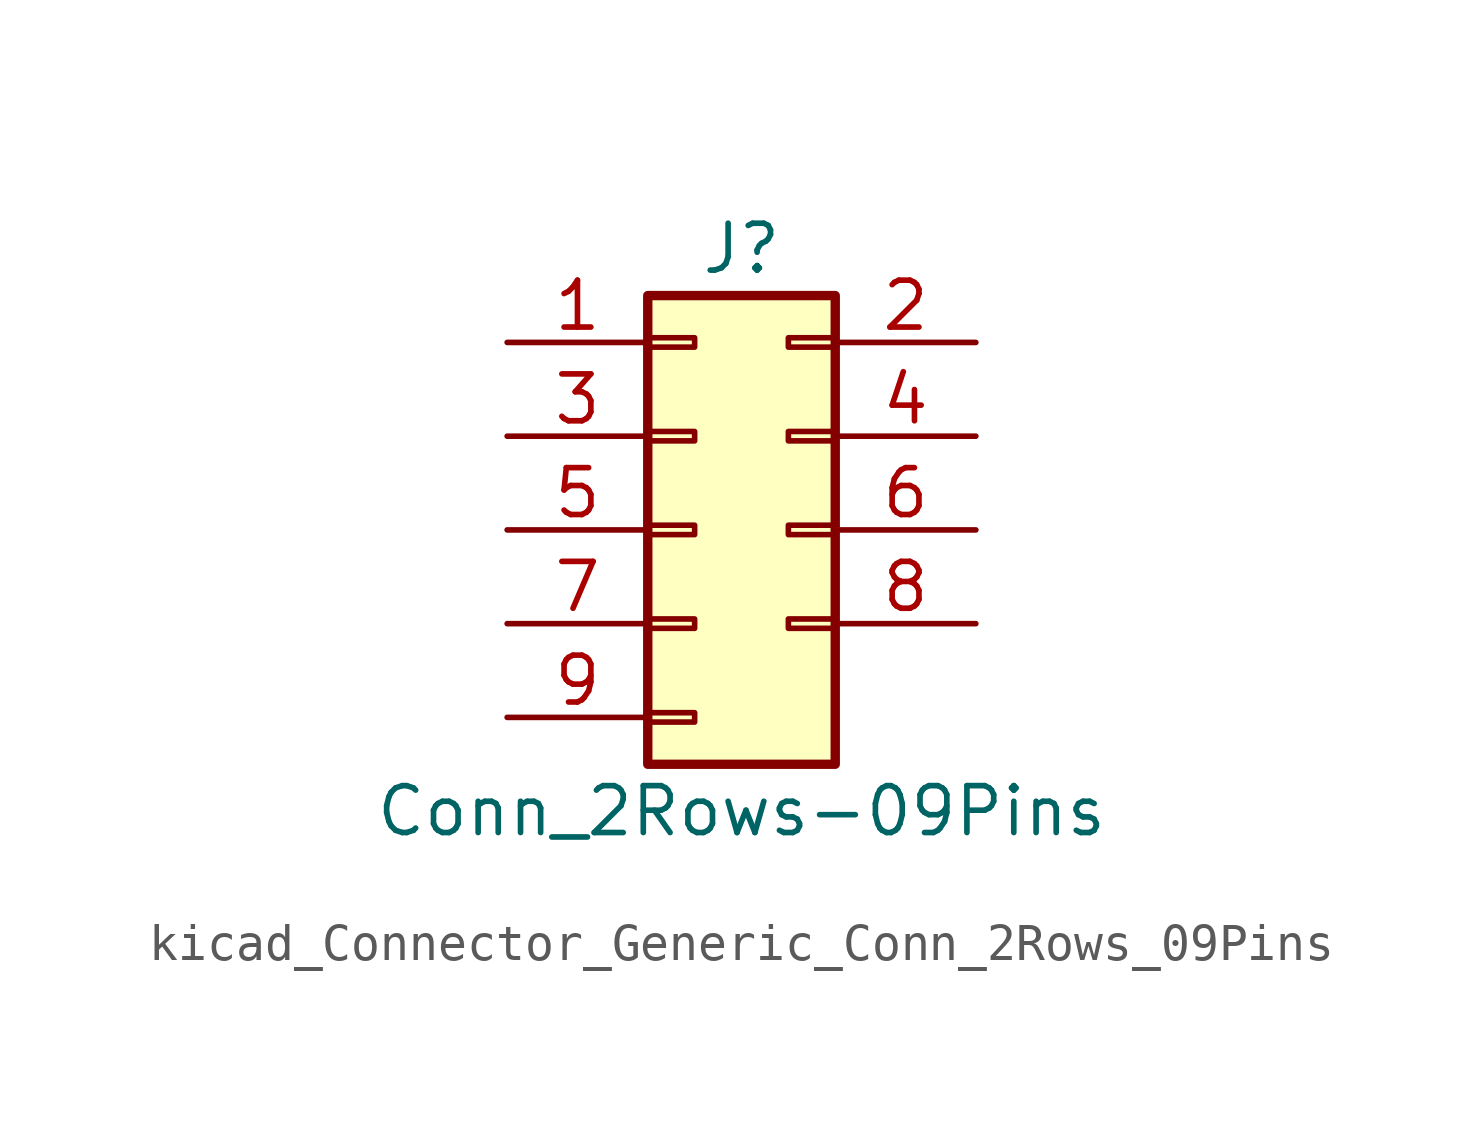
<source format=kicad_sym>
(kicad_symbol_lib
  (version 20220914)
  (generator kicad_symbol_editor)
  (symbol "kicad_Connector_Generic_Conn_2Rows_09Pins"
    (pin_names
      (offset 1.016) hide)
    (property "Reference" "J"
      (at 1.27 7.62 0)
      (effects (font (size 1.27 1.27))))
    (property "Value" "Conn_2Rows-09Pins"
      (at 1.27 -7.62 0)
      (effects (font (size 1.27 1.27))))
    (symbol "kicad_Connector_Generic_Conn_2Rows_09Pins_1_1"
      (rectangle (start -1.27 -4.953) (end 0 -5.207) (stroke (width 0.152) (type default)) (fill (type none)))
      (rectangle (start -1.27 -2.413) (end 0 -2.667) (stroke (width 0.152) (type default)) (fill (type none)))
      (rectangle (start -1.27 0.127) (end 0 -0.127) (stroke (width 0.152) (type default)) (fill (type none)))
      (rectangle (start -1.27 2.667) (end 0 2.413) (stroke (width 0.152) (type default)) (fill (type none)))
      (rectangle (start -1.27 5.207) (end 0 4.953) (stroke (width 0.152) (type default)) (fill (type none)))
      (rectangle (start -1.27 6.35) (end 3.81 -6.35) (stroke (width 0.254) (type default)) (fill (type background)))
      (rectangle (start 3.81 -2.413) (end 2.54 -2.667) (stroke (width 0.152) (type default)) (fill (type none)))
      (rectangle (start 3.81 0.127) (end 2.54 -0.127) (stroke (width 0.152) (type default)) (fill (type none)))
      (rectangle (start 3.81 2.667) (end 2.54 2.413) (stroke (width 0.152) (type default)) (fill (type none)))
      (rectangle (start 3.81 5.207) (end 2.54 4.953) (stroke (width 0.152) (type default)) (fill (type none)))
      (pin passive line (at -5.08 5.08 0) (length 3.81) (name "Pin_1" (effects (font (size 1.27 1.27)))) (number "1" (effects (font (size 1.27 1.27)))))
      (pin passive line (at 7.62 5.08 180) (length 3.81) (name "Pin_2" (effects (font (size 1.27 1.27)))) (number "2" (effects (font (size 1.27 1.27)))))
      (pin passive line (at -5.08 2.54 0) (length 3.81) (name "Pin_3" (effects (font (size 1.27 1.27)))) (number "3" (effects (font (size 1.27 1.27)))))
      (pin passive line (at 7.62 2.54 180) (length 3.81) (name "Pin_4" (effects (font (size 1.27 1.27)))) (number "4" (effects (font (size 1.27 1.27)))))
      (pin passive line (at -5.08 0 0) (length 3.81) (name "Pin_5" (effects (font (size 1.27 1.27)))) (number "5" (effects (font (size 1.27 1.27)))))
      (pin passive line (at 7.62 0 180) (length 3.81) (name "Pin_6" (effects (font (size 1.27 1.27)))) (number "6" (effects (font (size 1.27 1.27)))))
      (pin passive line (at -5.08 -2.54 0) (length 3.81) (name "Pin_7" (effects (font (size 1.27 1.27)))) (number "7" (effects (font (size 1.27 1.27)))))
      (pin passive line (at 7.62 -2.54 180) (length 3.81) (name "Pin_8" (effects (font (size 1.27 1.27)))) (number "8" (effects (font (size 1.27 1.27)))))
      (pin passive line (at -5.08 -5.08 0) (length 3.81) (name "Pin_9" (effects (font (size 1.27 1.27)))) (number "9" (effects (font (size 1.27 1.27))))))))
</source>
